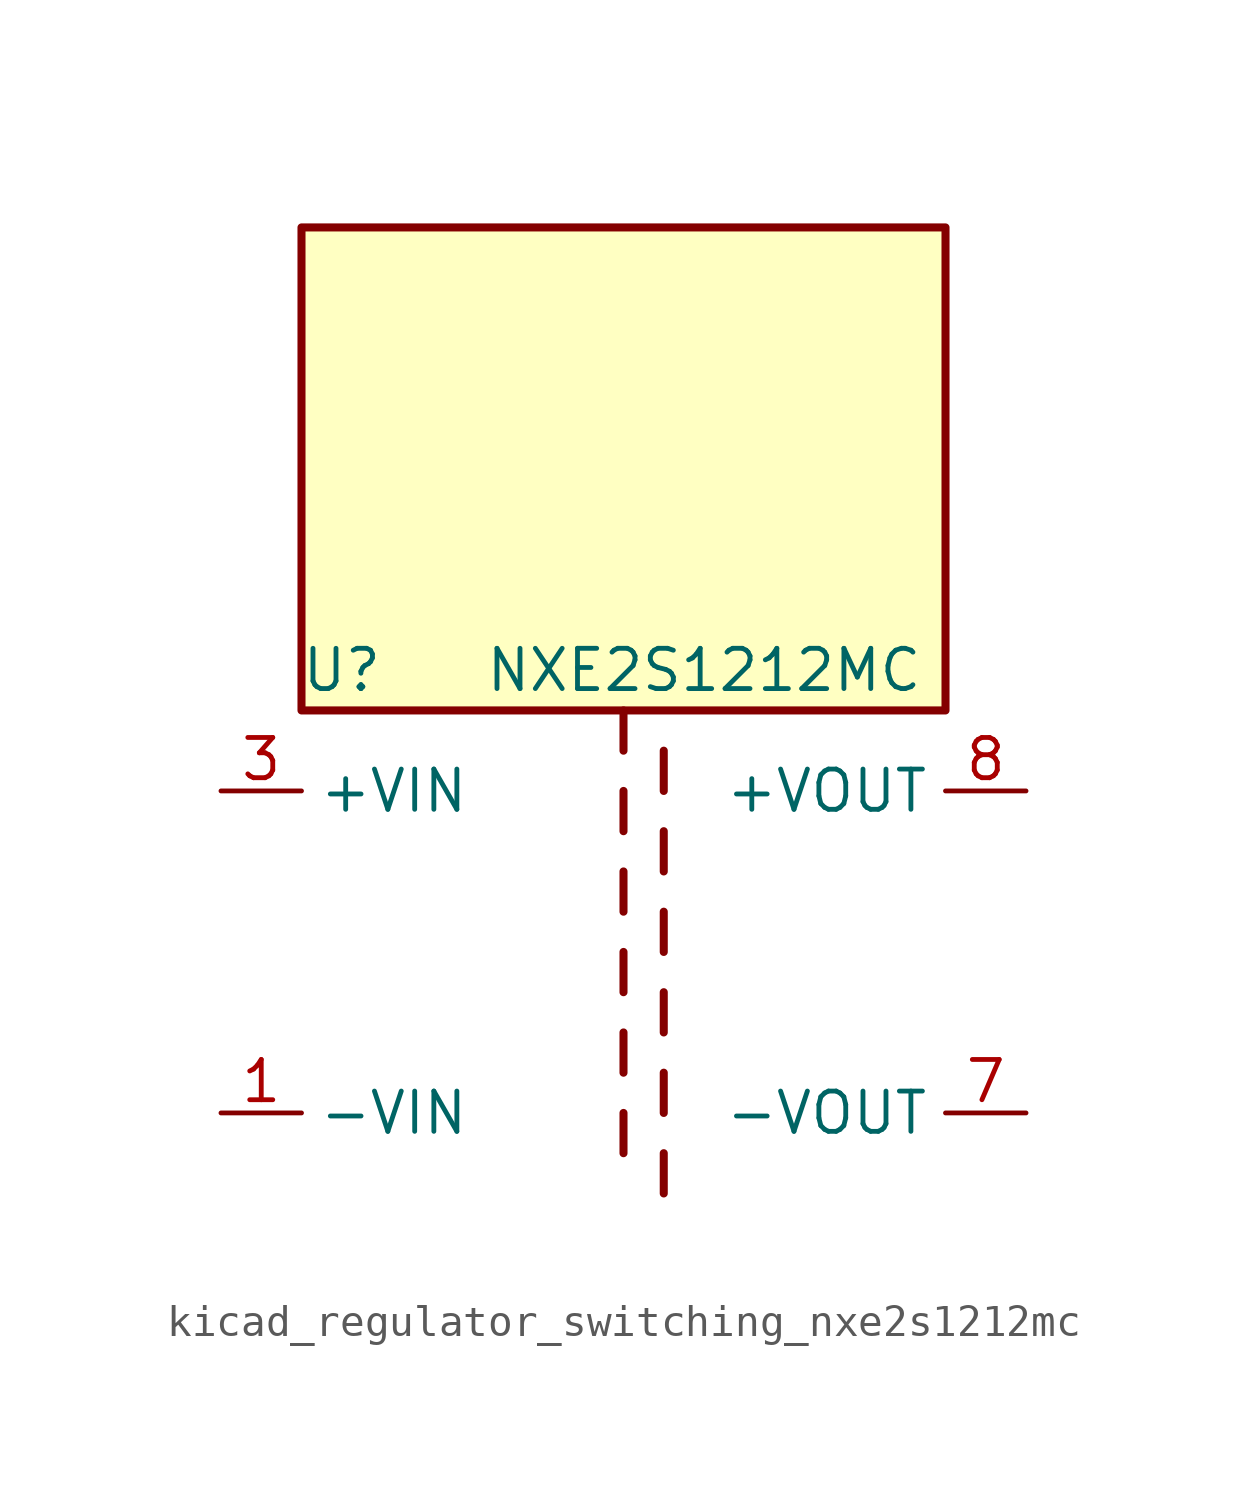
<source format=kicad_sym>
(kicad_symbol_lib
  (version 20220914)
  (generator kicad_symbol_editor)
  (symbol "kicad_regulator_switching_nxe2s1212mc"
    (property "Reference" "U"
      (at -8.89 8.89 0)
      (effects (font (size 1.27 1.27))))
    (property "Value" "NXE2S1212MC"
      (at 2.54 8.89 0)
      (effects (font (size 1.27 1.27))))
    (symbol "kicad_regulator_switching_nxe2s1212mc_0_1"
      (polyline (pts (xy 0 -5.08) (xy 0 -6.35)) (stroke (width 0.254) (type default)) (fill (type none)))
      (polyline (pts (xy 0 -2.54) (xy 0 -3.81)) (stroke (width 0.254) (type default)) (fill (type none)))
      (polyline (pts (xy 0 0) (xy 0 -1.27)) (stroke (width 0.254) (type default)) (fill (type none)))
      (polyline (pts (xy 0 2.54) (xy 0 1.27)) (stroke (width 0.254) (type default)) (fill (type none)))
      (polyline (pts (xy 0 5.08) (xy 0 3.81)) (stroke (width 0.254) (type default)) (fill (type none)))
      (polyline (pts (xy 0 7.62) (xy 0 6.35)) (stroke (width 0.254) (type default)) (fill (type none)))
      (polyline (pts (xy 1.27 -7.62) (xy 1.27 -6.35)) (stroke (width 0.254) (type default)) (fill (type none)))
      (polyline (pts (xy 1.27 -5.08) (xy 1.27 -3.81)) (stroke (width 0.254) (type default)) (fill (type none)))
      (polyline (pts (xy 1.27 -2.54) (xy 1.27 -1.27)) (stroke (width 0.254) (type default)) (fill (type none)))
      (polyline (pts (xy 1.27 0) (xy 1.27 1.27)) (stroke (width 0.254) (type default)) (fill (type none)))
      (polyline (pts (xy 1.27 2.54) (xy 1.27 3.81)) (stroke (width 0.254) (type default)) (fill (type none)))
      (polyline (pts (xy 1.27 5.08) (xy 1.27 6.35)) (stroke (width 0.254) (type default)) (fill (type none)))
      (rectangle (start 10.16 22.86) (end -10.16 7.62) (stroke (width 0.254) (type default)) (fill (type background))))
    (symbol "kicad_regulator_switching_nxe2s1212mc_1_1"
      (pin power_in line (at -12.7 -5.08 0) (length 2.54) (name "-VIN" (effects (font (size 1.27 1.27)))) (number "1" (effects (font (size 1.27 1.27)))))
      (pin no_connect line (at -10.16 0 0) (length 2.54) hide (name "NC" (effects (font (size 1.27 1.27)))) (number "14" (effects (font (size 1.27 1.27)))))
      (pin power_in line (at -12.7 5.08 0) (length 2.54) (name "+VIN" (effects (font (size 1.27 1.27)))) (number "3" (effects (font (size 1.27 1.27)))))
      (pin power_out line (at 12.7 -5.08 180) (length 2.54) (name "-VOUT" (effects (font (size 1.27 1.27)))) (number "7" (effects (font (size 1.27 1.27)))))
      (pin power_out line (at 12.7 5.08 180) (length 2.54) (name "+VOUT" (effects (font (size 1.27 1.27)))) (number "8" (effects (font (size 1.27 1.27))))))))
</source>
